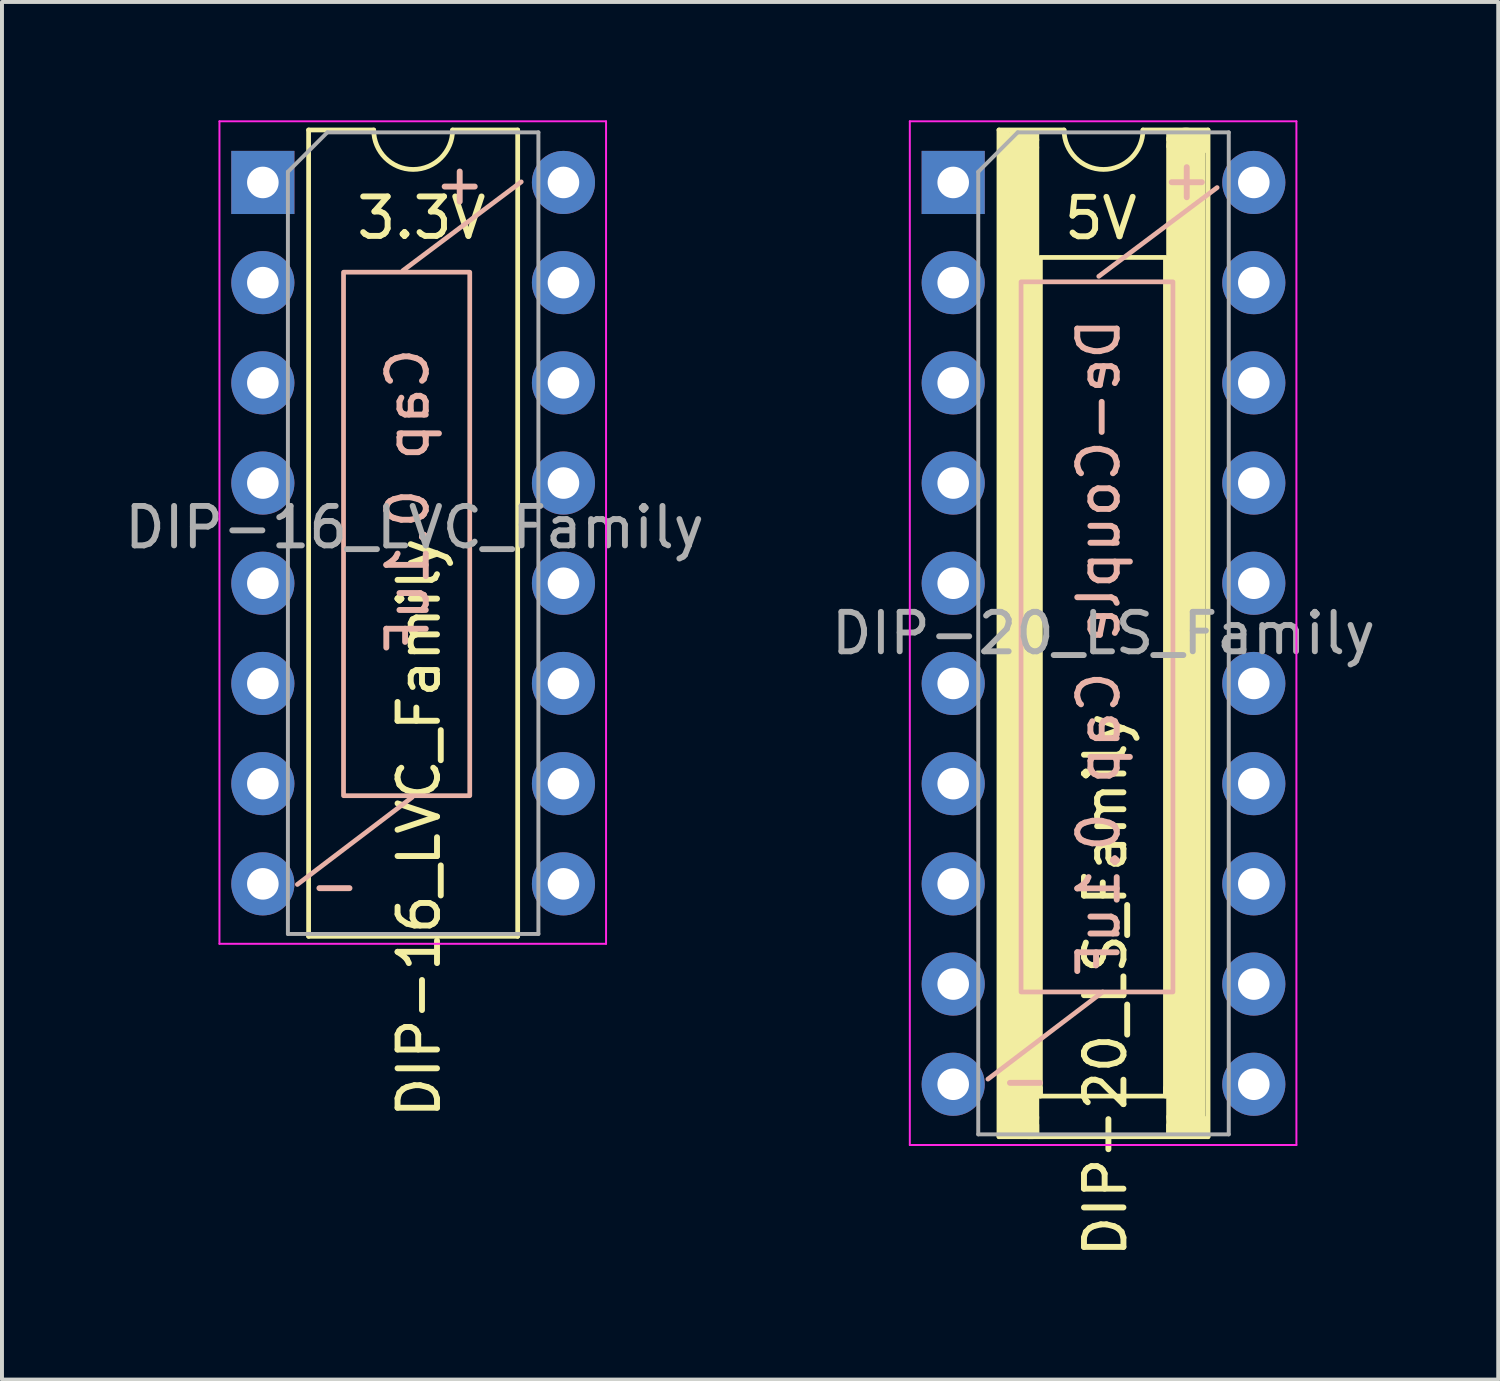
<source format=kicad_pcb>
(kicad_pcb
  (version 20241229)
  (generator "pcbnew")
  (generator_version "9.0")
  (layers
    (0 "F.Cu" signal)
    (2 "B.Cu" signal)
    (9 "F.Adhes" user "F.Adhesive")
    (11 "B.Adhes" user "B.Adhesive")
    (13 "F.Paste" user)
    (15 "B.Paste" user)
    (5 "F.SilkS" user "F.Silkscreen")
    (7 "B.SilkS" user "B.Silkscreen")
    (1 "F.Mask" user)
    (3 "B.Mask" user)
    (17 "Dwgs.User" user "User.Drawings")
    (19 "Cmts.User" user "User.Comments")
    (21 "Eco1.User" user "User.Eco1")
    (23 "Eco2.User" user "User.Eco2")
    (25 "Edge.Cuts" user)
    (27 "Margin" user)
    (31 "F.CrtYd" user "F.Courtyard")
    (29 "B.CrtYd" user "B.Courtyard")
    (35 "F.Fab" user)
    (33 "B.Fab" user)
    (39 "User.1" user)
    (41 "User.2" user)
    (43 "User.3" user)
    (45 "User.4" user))
  (footprint "DIP-16_LVC_Family"
    (layer "F.Cu")
    (at 3.613 1.575)
    (property "Reference" "DIP-16_LVC_Family" (at 3.96 16.36 90) (layer "F.SilkS") (effects (font (size 1 1) (thickness 0.15))))
    (attr through_hole)
    (fp_line (start 1.16 -1.33) (end 1.16 19.11) (stroke (width 0.12) (type solid)) (layer "F.SilkS"))
    (fp_line (start 1.16 19.11) (end 6.46 19.11) (stroke (width 0.12) (type solid)) (layer "F.SilkS"))
    (fp_line (start 2.81 -1.33) (end 1.16 -1.33) (stroke (width 0.12) (type solid)) (layer "F.SilkS"))
    (fp_line (start 6.46 -1.33) (end 4.81 -1.33) (stroke (width 0.12) (type solid)) (layer "F.SilkS"))
    (fp_line (start 6.46 19.11) (end 6.46 -1.33) (stroke (width 0.12) (type solid)) (layer "F.SilkS"))
    (fp_arc (start 4.81 -1.33) (mid 3.81 -0.33) (end 2.81 -1.33) (stroke (width 0.12) (type solid)) (layer "F.SilkS"))
    (fp_line (start 0.875 17.795) (end 3.785 15.585) (stroke (width 0.12) (type solid)) (layer "B.SilkS"))
    (fp_line (start 6.55 -0.015) (end 3.55 2.235) (stroke (width 0.12) (type solid)) (layer "B.SilkS"))
    (fp_rect (start 2.045 2.275) (end 5.245 15.545) (stroke (width 0.12) (type solid)) (fill no) (layer "B.SilkS"))
    (fp_line (start -1.1 -1.55) (end -1.1 19.3) (stroke (width 0.05) (type solid)) (layer "F.CrtYd"))
    (fp_line (start -1.1 19.3) (end 8.7 19.3) (stroke (width 0.05) (type solid)) (layer "F.CrtYd"))
    (fp_line (start 8.7 -1.55) (end -1.1 -1.55) (stroke (width 0.05) (type solid)) (layer "F.CrtYd"))
    (fp_line (start 8.7 19.3) (end 8.7 -1.55) (stroke (width 0.05) (type solid)) (layer "F.CrtYd"))
    (fp_line (start 0.635 -0.27) (end 1.635 -1.27) (stroke (width 0.1) (type solid)) (layer "F.Fab"))
    (fp_line (start 0.635 19.05) (end 0.635 -0.27) (stroke (width 0.1) (type solid)) (layer "F.Fab"))
    (fp_line (start 1.635 -1.27) (end 6.985 -1.27) (stroke (width 0.1) (type solid)) (layer "F.Fab"))
    (fp_line (start 6.985 -1.27) (end 6.985 19.05) (stroke (width 0.1) (type solid)) (layer "F.Fab"))
    (fp_line (start 6.985 19.05) (end 0.635 19.05) (stroke (width 0.1) (type solid)) (layer "F.Fab"))
    (fp_text user "3.3V" (at 4.02 0.9 0) (unlocked yes) (layer "F.SilkS") (effects (font (size 1 1) (thickness 0.15))))
    (fp_text user "-" (at 1.815 17.815 0) (unlocked yes) (layer "B.SilkS") (effects (font (size 1 1) (thickness 0.15))))
    (fp_text user "+" (at 4.99 0.03 0) (unlocked yes) (layer "B.SilkS") (effects (font (size 1 1) (thickness 0.15))))
    (fp_text user "Cap 0.1uF" (at 3.675 8.075 90) (unlocked yes) (layer "B.SilkS") (effects (font (size 1 1) (thickness 0.15)) (justify mirror)))
    (fp_text user "${REFERENCE}" (at 3.845 8.745 0) (layer "F.Fab") (effects (font (size 1 1) (thickness 0.15))))
    (pad "1" thru_hole rect (at 0 0) (size 1.6 1.6) (drill 0.8) (layers "*.Cu" "*.Mask"))
    (pad "2" thru_hole oval (at 0 2.54) (size 1.6 1.6) (drill 0.8) (layers "*.Cu" "*.Mask"))
    (pad "3" thru_hole oval (at 0 5.08) (size 1.6 1.6) (drill 0.8) (layers "*.Cu" "*.Mask"))
    (pad "4" thru_hole oval (at 0 7.62) (size 1.6 1.6) (drill 0.8) (layers "*.Cu" "*.Mask"))
    (pad "5" thru_hole oval (at 0 10.16) (size 1.6 1.6) (drill 0.8) (layers "*.Cu" "*.Mask"))
    (pad "6" thru_hole oval (at 0 12.7) (size 1.6 1.6) (drill 0.8) (layers "*.Cu" "*.Mask"))
    (pad "7" thru_hole oval (at 0 15.24) (size 1.6 1.6) (drill 0.8) (layers "*.Cu" "*.Mask"))
    (pad "8" thru_hole oval (at 0 17.78) (size 1.6 1.6) (drill 0.8) (layers "*.Cu" "*.Mask"))
    (pad "9" thru_hole oval (at 7.62 17.78) (size 1.6 1.6) (drill 0.8) (layers "*.Cu" "*.Mask"))
    (pad "10" thru_hole oval (at 7.62 15.24) (size 1.6 1.6) (drill 0.8) (layers "*.Cu" "*.Mask"))
    (pad "11" thru_hole oval (at 7.62 12.7) (size 1.6 1.6) (drill 0.8) (layers "*.Cu" "*.Mask"))
    (pad "12" thru_hole oval (at 7.62 10.16) (size 1.6 1.6) (drill 0.8) (layers "*.Cu" "*.Mask"))
    (pad "13" thru_hole oval (at 7.62 7.62) (size 1.6 1.6) (drill 0.8) (layers "*.Cu" "*.Mask"))
    (pad "14" thru_hole oval (at 7.62 5.08) (size 1.6 1.6) (drill 0.8) (layers "*.Cu" "*.Mask"))
    (pad "15" thru_hole oval (at 7.62 2.54) (size 1.6 1.6) (drill 0.8) (layers "*.Cu" "*.Mask"))
    (pad "16" thru_hole oval (at 7.62 0) (size 1.6 1.6) (drill 0.8) (layers "*.Cu" "*.Mask")))
  (footprint "DIP-20_LS_Family"
    (layer "F.Cu")
    (at 21.113 1.575)
    (property "Reference" "DIP-20_LS_Family" (at 3.86 20.34 90) (layer "F.SilkS") (effects (font (size 1 1) (thickness 0.15))))
    (attr through_hole)
    (fp_line (start 1.16 -1.33) (end 1.16 24.19) (stroke (width 0.12) (type solid)) (layer "F.SilkS"))
    (fp_line (start 1.16 24.19) (end 6.46 24.19) (stroke (width 0.12) (type solid)) (layer "F.SilkS"))
    (fp_line (start 1.68 -0.85) (end 1.68 23.7) (stroke (width 1) (type solid)) (layer "F.SilkS"))
    (fp_line (start 2.81 -1.33) (end 1.16 -1.33) (stroke (width 0.12) (type solid)) (layer "F.SilkS"))
    (fp_line (start 5.9 -0.89) (end 5.9 23.66) (stroke (width 1) (type solid)) (layer "F.SilkS"))
    (fp_line (start 6.46 -1.33) (end 4.81 -1.33) (stroke (width 0.12) (type solid)) (layer "F.SilkS"))
    (fp_line (start 6.46 24.19) (end 6.46 -1.33) (stroke (width 0.12) (type solid)) (layer "F.SilkS"))
    (fp_rect (start 1.36 24.119) (end 1.24 23.909) (stroke (width 0.12) (type solid)) (fill no) (layer "F.SilkS"))
    (fp_rect (start 1.36 -1.05) (end 1.24 -1.26) (stroke (width 0.12) (type solid)) (fill no) (layer "F.SilkS"))
    (fp_rect (start 1.42 24.15) (end 1.3 23.94) (stroke (width 0.12) (type solid)) (fill no) (layer "F.SilkS"))
    (fp_rect (start 2.02 24.19) (end 1.9 23.98) (stroke (width 0.12) (type solid)) (fill no) (layer "F.SilkS"))
    (fp_rect (start 2.12 -1.07) (end 2 -1.28) (stroke (width 0.12) (type solid)) (fill no) (layer "F.SilkS"))
    (fp_rect (start 2.12 -0.88) (end 2 -1.09) (stroke (width 0.12) (type solid)) (fill no) (layer "F.SilkS"))
    (fp_rect (start 2.12 23.9) (end 2 23.69) (stroke (width 0.12) (type solid)) (fill no) (layer "F.SilkS"))
    (fp_rect (start 2.12 24.1) (end 2 23.89) (stroke (width 0.12) (type solid)) (fill no) (layer "F.SilkS"))
    (fp_rect (start 2.12 24.14) (end 2 23.93) (stroke (width 0.12) (type solid)) (fill no) (layer "F.SilkS"))
    (fp_rect (start 2.21 1.9) (end 5.38 23.16) (stroke (width 0.12) (type solid)) (fill no) (layer "F.SilkS"))
    (fp_rect (start 2.21 23.16) (end 2.09 22.95) (stroke (width 0.12) (type solid)) (fill no) (layer "F.SilkS"))
    (fp_rect (start 5.5 23.16) (end 5.38 22.95) (stroke (width 0.12) (type solid)) (fill no) (layer "F.SilkS"))
    (fp_rect (start 5.58 -1.08) (end 5.46 -1.29) (stroke (width 0.12) (type solid)) (fill no) (layer "F.SilkS"))
    (fp_rect (start 5.58 -0.91) (end 5.46 -1.12) (stroke (width 0.12) (type solid)) (fill no) (layer "F.SilkS"))
    (fp_rect (start 5.58 23.89) (end 5.46 23.68) (stroke (width 0.12) (type solid)) (fill no) (layer "F.SilkS"))
    (fp_rect (start 5.58 24.1) (end 5.46 23.89) (stroke (width 0.12) (type solid)) (fill no) (layer "F.SilkS"))
    (fp_rect (start 5.58 24.14) (end 5.46 23.93) (stroke (width 0.12) (type solid)) (fill no) (layer "F.SilkS"))
    (fp_rect (start 5.78 24.14) (end 5.66 23.93) (stroke (width 0.12) (type solid)) (fill no) (layer "F.SilkS"))
    (fp_rect (start 6.22 24.14) (end 6.12 23.94) (stroke (width 0.12) (type solid)) (fill no) (layer "F.SilkS"))
    (fp_rect (start 6.36 -1.04) (end 6.24 -1.25) (stroke (width 0.12) (type solid)) (fill no) (layer "F.SilkS"))
    (fp_rect (start 6.4 24.13) (end 6.28 23.92) (stroke (width 0.12) (type solid)) (fill no) (layer "F.SilkS"))
    (fp_rect (start 6.43 -0.81) (end 6.31 -1.02) (stroke (width 0.12) (type solid)) (fill no) (layer "F.SilkS"))
    (fp_rect (start 6.44 23.94) (end 6.32 23.73) (stroke (width 0.12) (type solid)) (fill no) (layer "F.SilkS"))
    (fp_arc (start 4.81 -1.33) (mid 3.81 -0.33) (end 2.81 -1.33) (stroke (width 0.12) (type solid)) (layer "F.SilkS"))
    (fp_line (start 0.88 22.73) (end 3.79 20.52) (stroke (width 0.12) (type solid)) (layer "B.SilkS"))
    (fp_line (start 6.69 0.13) (end 3.69 2.38) (stroke (width 0.12) (type solid)) (layer "B.SilkS"))
    (fp_rect (start 1.72 2.52) (end 5.57 20.52) (stroke (width 0.12) (type solid)) (fill no) (layer "B.SilkS"))
    (fp_line (start -1.1 -1.55) (end -1.1 24.4) (stroke (width 0.05) (type solid)) (layer "F.CrtYd"))
    (fp_line (start -1.1 24.4) (end 8.7 24.4) (stroke (width 0.05) (type solid)) (layer "F.CrtYd"))
    (fp_line (start 8.7 -1.55) (end -1.1 -1.55) (stroke (width 0.05) (type solid)) (layer "F.CrtYd"))
    (fp_line (start 8.7 24.4) (end 8.7 -1.55) (stroke (width 0.05) (type solid)) (layer "F.CrtYd"))
    (fp_line (start 0.635 -0.27) (end 1.635 -1.27) (stroke (width 0.1) (type solid)) (layer "F.Fab"))
    (fp_line (start 0.635 24.13) (end 0.635 -0.27) (stroke (width 0.1) (type solid)) (layer "F.Fab"))
    (fp_line (start 1.635 -1.27) (end 6.985 -1.27) (stroke (width 0.1) (type solid)) (layer "F.Fab"))
    (fp_line (start 6.985 -1.27) (end 6.985 24.13) (stroke (width 0.1) (type solid)) (layer "F.Fab"))
    (fp_line (start 6.985 24.13) (end 0.635 24.13) (stroke (width 0.1) (type solid)) (layer "F.Fab"))
    (fp_text user "5V" (at 3.74 0.91 0) (unlocked yes) (layer "F.SilkS") (effects (font (size 1 1) (thickness 0.15))))
    (fp_text user "-" (at 1.82 22.75 0) (unlocked yes) (layer "B.SilkS") (effects (font (size 1 1) (thickness 0.15))))
    (fp_text user "De-Couple Cap 0.1uF" (at 3.69 11.8 90) (unlocked yes) (layer "B.SilkS") (effects (font (size 1 1) (thickness 0.15)) (justify mirror)))
    (fp_text user "+" (at 5.92 -0.08 0) (unlocked yes) (layer "B.SilkS") (effects (font (size 1 1) (thickness 0.15))))
    (fp_text user "${REFERENCE}" (at 3.81 11.43 0) (layer "F.Fab") (effects (font (size 1 1) (thickness 0.15))))
    (pad "1" thru_hole rect (at 0 0) (size 1.6 1.6) (drill 0.8) (layers "*.Cu" "*.Mask"))
    (pad "2" thru_hole oval (at 0 2.54) (size 1.6 1.6) (drill 0.8) (layers "*.Cu" "*.Mask"))
    (pad "3" thru_hole oval (at 0 5.08) (size 1.6 1.6) (drill 0.8) (layers "*.Cu" "*.Mask"))
    (pad "4" thru_hole oval (at 0 7.62) (size 1.6 1.6) (drill 0.8) (layers "*.Cu" "*.Mask"))
    (pad "5" thru_hole oval (at 0 10.16) (size 1.6 1.6) (drill 0.8) (layers "*.Cu" "*.Mask"))
    (pad "6" thru_hole oval (at 0 12.7) (size 1.6 1.6) (drill 0.8) (layers "*.Cu" "*.Mask"))
    (pad "7" thru_hole oval (at 0 15.24) (size 1.6 1.6) (drill 0.8) (layers "*.Cu" "*.Mask"))
    (pad "8" thru_hole oval (at 0 17.78) (size 1.6 1.6) (drill 0.8) (layers "*.Cu" "*.Mask"))
    (pad "9" thru_hole oval (at 0 20.32) (size 1.6 1.6) (drill 0.8) (layers "*.Cu" "*.Mask"))
    (pad "10" thru_hole oval (at 0 22.86) (size 1.6 1.6) (drill 0.8) (layers "*.Cu" "*.Mask"))
    (pad "11" thru_hole oval (at 7.62 22.86) (size 1.6 1.6) (drill 0.8) (layers "*.Cu" "*.Mask"))
    (pad "12" thru_hole oval (at 7.62 20.32) (size 1.6 1.6) (drill 0.8) (layers "*.Cu" "*.Mask"))
    (pad "13" thru_hole oval (at 7.62 17.78) (size 1.6 1.6) (drill 0.8) (layers "*.Cu" "*.Mask"))
    (pad "14" thru_hole oval (at 7.62 15.24) (size 1.6 1.6) (drill 0.8) (layers "*.Cu" "*.Mask"))
    (pad "15" thru_hole oval (at 7.62 12.7) (size 1.6 1.6) (drill 0.8) (layers "*.Cu" "*.Mask"))
    (pad "16" thru_hole oval (at 7.62 10.16) (size 1.6 1.6) (drill 0.8) (layers "*.Cu" "*.Mask"))
    (pad "17" thru_hole oval (at 7.62 7.62) (size 1.6 1.6) (drill 0.8) (layers "*.Cu" "*.Mask"))
    (pad "18" thru_hole oval (at 7.62 5.08) (size 1.6 1.6) (drill 0.8) (layers "*.Cu" "*.Mask"))
    (pad "19" thru_hole oval (at 7.62 2.54) (size 1.6 1.6) (drill 0.8) (layers "*.Cu" "*.Mask"))
    (pad "20" thru_hole oval (at 7.62 0) (size 1.6 1.6) (drill 0.8) (layers "*.Cu" "*.Mask")))
  (gr_rect
    (start -3 -3)
    (end 34.929 31.921)
    (stroke (width 0.1) (type default))
    (fill no)
    (layer "Edge.Cuts")))
</source>
